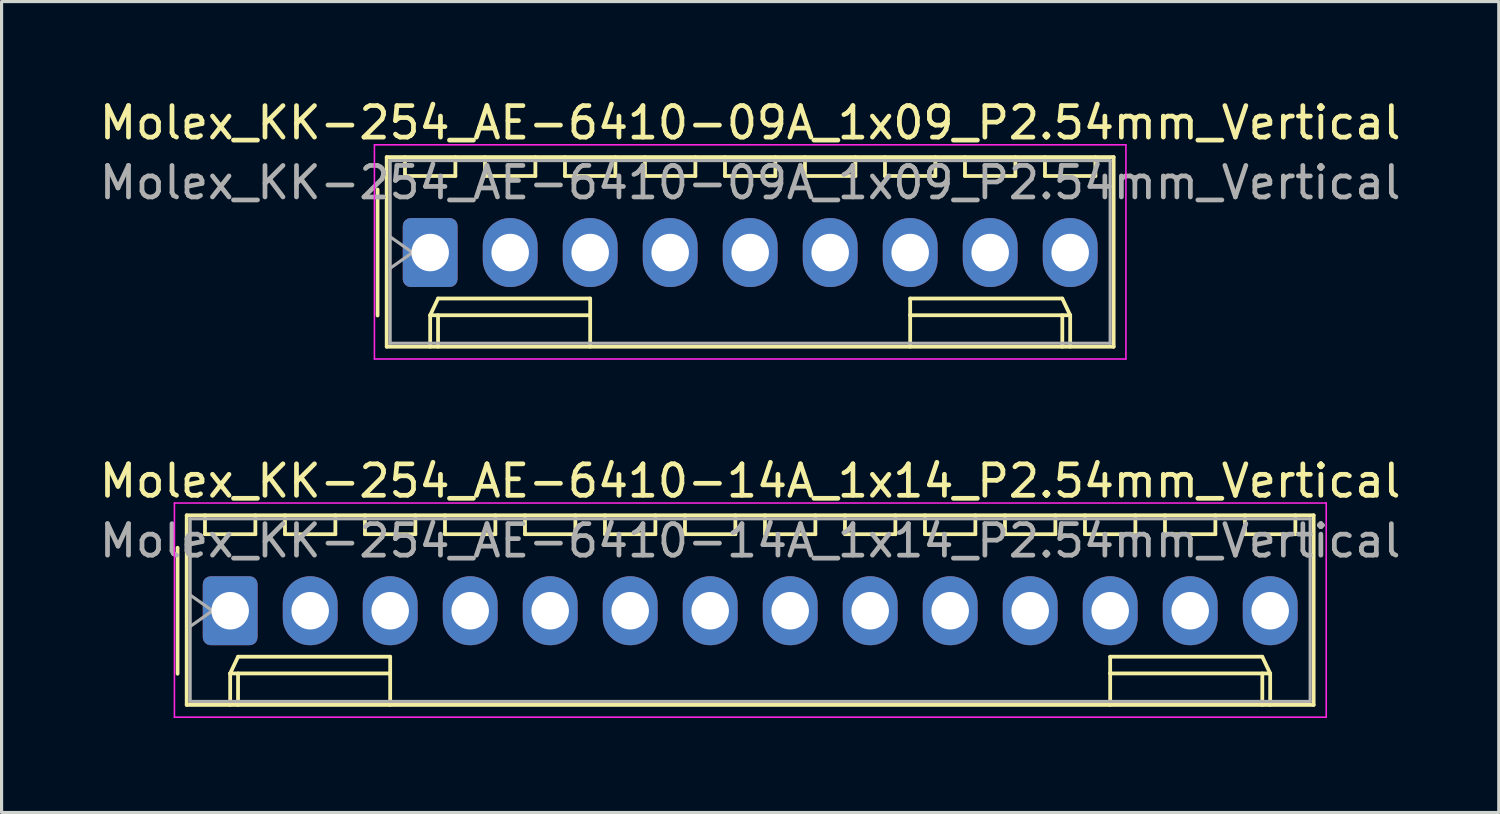
<source format=kicad_pcb>
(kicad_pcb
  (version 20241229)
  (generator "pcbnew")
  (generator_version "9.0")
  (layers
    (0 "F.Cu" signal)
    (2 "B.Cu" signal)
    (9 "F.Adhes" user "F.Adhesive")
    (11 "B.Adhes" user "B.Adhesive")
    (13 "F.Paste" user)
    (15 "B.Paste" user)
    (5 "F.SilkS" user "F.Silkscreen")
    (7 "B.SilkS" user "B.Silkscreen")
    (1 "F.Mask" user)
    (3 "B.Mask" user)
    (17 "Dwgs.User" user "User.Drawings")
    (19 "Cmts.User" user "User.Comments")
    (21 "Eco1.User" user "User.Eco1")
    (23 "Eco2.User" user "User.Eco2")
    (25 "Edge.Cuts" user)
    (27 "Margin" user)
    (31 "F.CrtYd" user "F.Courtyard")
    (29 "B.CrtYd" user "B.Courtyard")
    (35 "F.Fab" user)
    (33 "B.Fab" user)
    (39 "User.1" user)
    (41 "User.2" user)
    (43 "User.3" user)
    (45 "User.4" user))
  (footprint "Molex_KK-254_AE-6410-09A_1x09_P2.54mm_Vertical"
    (layer "F.Cu")
    (at 10.608 4.968)
    (property "Reference" "Molex_KK-254_AE-6410-09A_1x09_P2.54mm_Vertical" (at 10.16 -4.12 0) (layer "F.SilkS") (effects (font (size 1 1) (thickness 0.15))))
    (attr through_hole)
    (fp_line (start -1.67 -2) (end -1.67 2) (stroke (width 0.12) (type solid)) (layer "F.SilkS"))
    (fp_line (start -1.38 -3.03) (end -1.38 2.99) (stroke (width 0.12) (type solid)) (layer "F.SilkS"))
    (fp_line (start -1.38 2.99) (end 21.7 2.99) (stroke (width 0.12) (type solid)) (layer "F.SilkS"))
    (fp_line (start -0.8 -3.03) (end -0.8 -2.43) (stroke (width 0.12) (type solid)) (layer "F.SilkS"))
    (fp_line (start -0.8 -2.43) (end 0.8 -2.43) (stroke (width 0.12) (type solid)) (layer "F.SilkS"))
    (fp_line (start 0 1.99) (end 0.25 1.46) (stroke (width 0.12) (type solid)) (layer "F.SilkS"))
    (fp_line (start 0 1.99) (end 5.08 1.99) (stroke (width 0.12) (type solid)) (layer "F.SilkS"))
    (fp_line (start 0 2.99) (end 0 1.99) (stroke (width 0.12) (type solid)) (layer "F.SilkS"))
    (fp_line (start 0.25 1.46) (end 5.08 1.46) (stroke (width 0.12) (type solid)) (layer "F.SilkS"))
    (fp_line (start 0.25 2.99) (end 0.25 1.99) (stroke (width 0.12) (type solid)) (layer "F.SilkS"))
    (fp_line (start 0.8 -2.43) (end 0.8 -3.03) (stroke (width 0.12) (type solid)) (layer "F.SilkS"))
    (fp_line (start 1.74 -3.03) (end 1.74 -2.43) (stroke (width 0.12) (type solid)) (layer "F.SilkS"))
    (fp_line (start 1.74 -2.43) (end 3.34 -2.43) (stroke (width 0.12) (type solid)) (layer "F.SilkS"))
    (fp_line (start 3.34 -2.43) (end 3.34 -3.03) (stroke (width 0.12) (type solid)) (layer "F.SilkS"))
    (fp_line (start 4.28 -3.03) (end 4.28 -2.43) (stroke (width 0.12) (type solid)) (layer "F.SilkS"))
    (fp_line (start 4.28 -2.43) (end 5.88 -2.43) (stroke (width 0.12) (type solid)) (layer "F.SilkS"))
    (fp_line (start 5.08 1.46) (end 5.08 1.99) (stroke (width 0.12) (type solid)) (layer "F.SilkS"))
    (fp_line (start 5.08 1.99) (end 5.08 2.99) (stroke (width 0.12) (type solid)) (layer "F.SilkS"))
    (fp_line (start 5.88 -2.43) (end 5.88 -3.03) (stroke (width 0.12) (type solid)) (layer "F.SilkS"))
    (fp_line (start 6.82 -3.03) (end 6.82 -2.43) (stroke (width 0.12) (type solid)) (layer "F.SilkS"))
    (fp_line (start 6.82 -2.43) (end 8.42 -2.43) (stroke (width 0.12) (type solid)) (layer "F.SilkS"))
    (fp_line (start 8.42 -2.43) (end 8.42 -3.03) (stroke (width 0.12) (type solid)) (layer "F.SilkS"))
    (fp_line (start 9.36 -3.03) (end 9.36 -2.43) (stroke (width 0.12) (type solid)) (layer "F.SilkS"))
    (fp_line (start 9.36 -2.43) (end 10.96 -2.43) (stroke (width 0.12) (type solid)) (layer "F.SilkS"))
    (fp_line (start 10.96 -2.43) (end 10.96 -3.03) (stroke (width 0.12) (type solid)) (layer "F.SilkS"))
    (fp_line (start 11.9 -3.03) (end 11.9 -2.43) (stroke (width 0.12) (type solid)) (layer "F.SilkS"))
    (fp_line (start 11.9 -2.43) (end 13.5 -2.43) (stroke (width 0.12) (type solid)) (layer "F.SilkS"))
    (fp_line (start 13.5 -2.43) (end 13.5 -3.03) (stroke (width 0.12) (type solid)) (layer "F.SilkS"))
    (fp_line (start 14.44 -3.03) (end 14.44 -2.43) (stroke (width 0.12) (type solid)) (layer "F.SilkS"))
    (fp_line (start 14.44 -2.43) (end 16.04 -2.43) (stroke (width 0.12) (type solid)) (layer "F.SilkS"))
    (fp_line (start 15.24 1.46) (end 15.24 1.99) (stroke (width 0.12) (type solid)) (layer "F.SilkS"))
    (fp_line (start 15.24 1.99) (end 15.24 2.99) (stroke (width 0.12) (type solid)) (layer "F.SilkS"))
    (fp_line (start 16.04 -2.43) (end 16.04 -3.03) (stroke (width 0.12) (type solid)) (layer "F.SilkS"))
    (fp_line (start 16.98 -3.03) (end 16.98 -2.43) (stroke (width 0.12) (type solid)) (layer "F.SilkS"))
    (fp_line (start 16.98 -2.43) (end 18.58 -2.43) (stroke (width 0.12) (type solid)) (layer "F.SilkS"))
    (fp_line (start 18.58 -2.43) (end 18.58 -3.03) (stroke (width 0.12) (type solid)) (layer "F.SilkS"))
    (fp_line (start 19.52 -3.03) (end 19.52 -2.43) (stroke (width 0.12) (type solid)) (layer "F.SilkS"))
    (fp_line (start 19.52 -2.43) (end 21.12 -2.43) (stroke (width 0.12) (type solid)) (layer "F.SilkS"))
    (fp_line (start 20.07 1.46) (end 15.24 1.46) (stroke (width 0.12) (type solid)) (layer "F.SilkS"))
    (fp_line (start 20.07 2.99) (end 20.07 1.99) (stroke (width 0.12) (type solid)) (layer "F.SilkS"))
    (fp_line (start 20.32 1.99) (end 15.24 1.99) (stroke (width 0.12) (type solid)) (layer "F.SilkS"))
    (fp_line (start 20.32 1.99) (end 20.07 1.46) (stroke (width 0.12) (type solid)) (layer "F.SilkS"))
    (fp_line (start 20.32 2.99) (end 20.32 1.99) (stroke (width 0.12) (type solid)) (layer "F.SilkS"))
    (fp_line (start 21.12 -2.43) (end 21.12 -3.03) (stroke (width 0.12) (type solid)) (layer "F.SilkS"))
    (fp_line (start 21.7 -3.03) (end -1.38 -3.03) (stroke (width 0.12) (type solid)) (layer "F.SilkS"))
    (fp_line (start 21.7 2.99) (end 21.7 -3.03) (stroke (width 0.12) (type solid)) (layer "F.SilkS"))
    (fp_line (start -1.77 -3.42) (end -1.77 3.38) (stroke (width 0.05) (type solid)) (layer "F.CrtYd"))
    (fp_line (start -1.77 3.38) (end 22.09 3.38) (stroke (width 0.05) (type solid)) (layer "F.CrtYd"))
    (fp_line (start 22.09 -3.42) (end -1.77 -3.42) (stroke (width 0.05) (type solid)) (layer "F.CrtYd"))
    (fp_line (start 22.09 3.38) (end 22.09 -3.42) (stroke (width 0.05) (type solid)) (layer "F.CrtYd"))
    (fp_line (start -1.27 -2.92) (end -1.27 2.88) (stroke (width 0.1) (type solid)) (layer "F.Fab"))
    (fp_line (start -1.27 -0.5) (end -0.563 0) (stroke (width 0.1) (type solid)) (layer "F.Fab"))
    (fp_line (start -1.27 2.88) (end 21.59 2.88) (stroke (width 0.1) (type solid)) (layer "F.Fab"))
    (fp_line (start -0.563 0) (end -1.27 0.5) (stroke (width 0.1) (type solid)) (layer "F.Fab"))
    (fp_line (start 21.59 -2.92) (end -1.27 -2.92) (stroke (width 0.1) (type solid)) (layer "F.Fab"))
    (fp_line (start 21.59 2.88) (end 21.59 -2.92) (stroke (width 0.1) (type solid)) (layer "F.Fab"))
    (fp_text user "${REFERENCE}" (at 10.16 -2.22 0) (layer "F.Fab") (effects (font (size 1 1) (thickness 0.15))))
    (pad "1" thru_hole roundrect (at 0 0) (size 1.74 2.19) (drill 1.19) (layers "*.Cu" "*.Mask") (roundrect_rratio 0.144))
    (pad "2" thru_hole oval (at 2.54 0) (size 1.74 2.19) (drill 1.19) (layers "*.Cu" "*.Mask"))
    (pad "3" thru_hole oval (at 5.08 0) (size 1.74 2.19) (drill 1.19) (layers "*.Cu" "*.Mask"))
    (pad "4" thru_hole oval (at 7.62 0) (size 1.74 2.19) (drill 1.19) (layers "*.Cu" "*.Mask"))
    (pad "5" thru_hole oval (at 10.16 0) (size 1.74 2.19) (drill 1.19) (layers "*.Cu" "*.Mask"))
    (pad "6" thru_hole oval (at 12.7 0) (size 1.74 2.19) (drill 1.19) (layers "*.Cu" "*.Mask"))
    (pad "7" thru_hole oval (at 15.24 0) (size 1.74 2.19) (drill 1.19) (layers "*.Cu" "*.Mask"))
    (pad "8" thru_hole oval (at 17.78 0) (size 1.74 2.19) (drill 1.19) (layers "*.Cu" "*.Mask"))
    (pad "9" thru_hole oval (at 20.32 0) (size 1.74 2.19) (drill 1.19) (layers "*.Cu" "*.Mask")))
  (footprint "Molex_KK-254_AE-6410-14A_1x14_P2.54mm_Vertical"
    (layer "F.Cu")
    (at 4.258 16.341)
    (property "Reference" "Molex_KK-254_AE-6410-14A_1x14_P2.54mm_Vertical" (at 16.51 -4.12 0) (layer "F.SilkS") (effects (font (size 1 1) (thickness 0.15))))
    (attr through_hole)
    (fp_line (start -1.67 -2) (end -1.67 2) (stroke (width 0.12) (type solid)) (layer "F.SilkS"))
    (fp_line (start -1.38 -3.03) (end -1.38 2.99) (stroke (width 0.12) (type solid)) (layer "F.SilkS"))
    (fp_line (start -1.38 2.99) (end 34.4 2.99) (stroke (width 0.12) (type solid)) (layer "F.SilkS"))
    (fp_line (start -0.8 -3.03) (end -0.8 -2.43) (stroke (width 0.12) (type solid)) (layer "F.SilkS"))
    (fp_line (start -0.8 -2.43) (end 0.8 -2.43) (stroke (width 0.12) (type solid)) (layer "F.SilkS"))
    (fp_line (start 0 1.99) (end 0.25 1.46) (stroke (width 0.12) (type solid)) (layer "F.SilkS"))
    (fp_line (start 0 1.99) (end 5.08 1.99) (stroke (width 0.12) (type solid)) (layer "F.SilkS"))
    (fp_line (start 0 2.99) (end 0 1.99) (stroke (width 0.12) (type solid)) (layer "F.SilkS"))
    (fp_line (start 0.25 1.46) (end 5.08 1.46) (stroke (width 0.12) (type solid)) (layer "F.SilkS"))
    (fp_line (start 0.25 2.99) (end 0.25 1.99) (stroke (width 0.12) (type solid)) (layer "F.SilkS"))
    (fp_line (start 0.8 -2.43) (end 0.8 -3.03) (stroke (width 0.12) (type solid)) (layer "F.SilkS"))
    (fp_line (start 1.74 -3.03) (end 1.74 -2.43) (stroke (width 0.12) (type solid)) (layer "F.SilkS"))
    (fp_line (start 1.74 -2.43) (end 3.34 -2.43) (stroke (width 0.12) (type solid)) (layer "F.SilkS"))
    (fp_line (start 3.34 -2.43) (end 3.34 -3.03) (stroke (width 0.12) (type solid)) (layer "F.SilkS"))
    (fp_line (start 4.28 -3.03) (end 4.28 -2.43) (stroke (width 0.12) (type solid)) (layer "F.SilkS"))
    (fp_line (start 4.28 -2.43) (end 5.88 -2.43) (stroke (width 0.12) (type solid)) (layer "F.SilkS"))
    (fp_line (start 5.08 1.46) (end 5.08 1.99) (stroke (width 0.12) (type solid)) (layer "F.SilkS"))
    (fp_line (start 5.08 1.99) (end 5.08 2.99) (stroke (width 0.12) (type solid)) (layer "F.SilkS"))
    (fp_line (start 5.88 -2.43) (end 5.88 -3.03) (stroke (width 0.12) (type solid)) (layer "F.SilkS"))
    (fp_line (start 6.82 -3.03) (end 6.82 -2.43) (stroke (width 0.12) (type solid)) (layer "F.SilkS"))
    (fp_line (start 6.82 -2.43) (end 8.42 -2.43) (stroke (width 0.12) (type solid)) (layer "F.SilkS"))
    (fp_line (start 8.42 -2.43) (end 8.42 -3.03) (stroke (width 0.12) (type solid)) (layer "F.SilkS"))
    (fp_line (start 9.36 -3.03) (end 9.36 -2.43) (stroke (width 0.12) (type solid)) (layer "F.SilkS"))
    (fp_line (start 9.36 -2.43) (end 10.96 -2.43) (stroke (width 0.12) (type solid)) (layer "F.SilkS"))
    (fp_line (start 10.96 -2.43) (end 10.96 -3.03) (stroke (width 0.12) (type solid)) (layer "F.SilkS"))
    (fp_line (start 11.9 -3.03) (end 11.9 -2.43) (stroke (width 0.12) (type solid)) (layer "F.SilkS"))
    (fp_line (start 11.9 -2.43) (end 13.5 -2.43) (stroke (width 0.12) (type solid)) (layer "F.SilkS"))
    (fp_line (start 13.5 -2.43) (end 13.5 -3.03) (stroke (width 0.12) (type solid)) (layer "F.SilkS"))
    (fp_line (start 14.44 -3.03) (end 14.44 -2.43) (stroke (width 0.12) (type solid)) (layer "F.SilkS"))
    (fp_line (start 14.44 -2.43) (end 16.04 -2.43) (stroke (width 0.12) (type solid)) (layer "F.SilkS"))
    (fp_line (start 16.04 -2.43) (end 16.04 -3.03) (stroke (width 0.12) (type solid)) (layer "F.SilkS"))
    (fp_line (start 16.98 -3.03) (end 16.98 -2.43) (stroke (width 0.12) (type solid)) (layer "F.SilkS"))
    (fp_line (start 16.98 -2.43) (end 18.58 -2.43) (stroke (width 0.12) (type solid)) (layer "F.SilkS"))
    (fp_line (start 18.58 -2.43) (end 18.58 -3.03) (stroke (width 0.12) (type solid)) (layer "F.SilkS"))
    (fp_line (start 19.52 -3.03) (end 19.52 -2.43) (stroke (width 0.12) (type solid)) (layer "F.SilkS"))
    (fp_line (start 19.52 -2.43) (end 21.12 -2.43) (stroke (width 0.12) (type solid)) (layer "F.SilkS"))
    (fp_line (start 21.12 -2.43) (end 21.12 -3.03) (stroke (width 0.12) (type solid)) (layer "F.SilkS"))
    (fp_line (start 22.06 -3.03) (end 22.06 -2.43) (stroke (width 0.12) (type solid)) (layer "F.SilkS"))
    (fp_line (start 22.06 -2.43) (end 23.66 -2.43) (stroke (width 0.12) (type solid)) (layer "F.SilkS"))
    (fp_line (start 23.66 -2.43) (end 23.66 -3.03) (stroke (width 0.12) (type solid)) (layer "F.SilkS"))
    (fp_line (start 24.6 -3.03) (end 24.6 -2.43) (stroke (width 0.12) (type solid)) (layer "F.SilkS"))
    (fp_line (start 24.6 -2.43) (end 26.2 -2.43) (stroke (width 0.12) (type solid)) (layer "F.SilkS"))
    (fp_line (start 26.2 -2.43) (end 26.2 -3.03) (stroke (width 0.12) (type solid)) (layer "F.SilkS"))
    (fp_line (start 27.14 -3.03) (end 27.14 -2.43) (stroke (width 0.12) (type solid)) (layer "F.SilkS"))
    (fp_line (start 27.14 -2.43) (end 28.74 -2.43) (stroke (width 0.12) (type solid)) (layer "F.SilkS"))
    (fp_line (start 27.94 1.46) (end 27.94 1.99) (stroke (width 0.12) (type solid)) (layer "F.SilkS"))
    (fp_line (start 27.94 1.99) (end 27.94 2.99) (stroke (width 0.12) (type solid)) (layer "F.SilkS"))
    (fp_line (start 28.74 -2.43) (end 28.74 -3.03) (stroke (width 0.12) (type solid)) (layer "F.SilkS"))
    (fp_line (start 29.68 -3.03) (end 29.68 -2.43) (stroke (width 0.12) (type solid)) (layer "F.SilkS"))
    (fp_line (start 29.68 -2.43) (end 31.28 -2.43) (stroke (width 0.12) (type solid)) (layer "F.SilkS"))
    (fp_line (start 31.28 -2.43) (end 31.28 -3.03) (stroke (width 0.12) (type solid)) (layer "F.SilkS"))
    (fp_line (start 32.22 -3.03) (end 32.22 -2.43) (stroke (width 0.12) (type solid)) (layer "F.SilkS"))
    (fp_line (start 32.22 -2.43) (end 33.82 -2.43) (stroke (width 0.12) (type solid)) (layer "F.SilkS"))
    (fp_line (start 32.77 1.46) (end 27.94 1.46) (stroke (width 0.12) (type solid)) (layer "F.SilkS"))
    (fp_line (start 32.77 2.99) (end 32.77 1.99) (stroke (width 0.12) (type solid)) (layer "F.SilkS"))
    (fp_line (start 33.02 1.99) (end 27.94 1.99) (stroke (width 0.12) (type solid)) (layer "F.SilkS"))
    (fp_line (start 33.02 1.99) (end 32.77 1.46) (stroke (width 0.12) (type solid)) (layer "F.SilkS"))
    (fp_line (start 33.02 2.99) (end 33.02 1.99) (stroke (width 0.12) (type solid)) (layer "F.SilkS"))
    (fp_line (start 33.82 -2.43) (end 33.82 -3.03) (stroke (width 0.12) (type solid)) (layer "F.SilkS"))
    (fp_line (start 34.4 -3.03) (end -1.38 -3.03) (stroke (width 0.12) (type solid)) (layer "F.SilkS"))
    (fp_line (start 34.4 2.99) (end 34.4 -3.03) (stroke (width 0.12) (type solid)) (layer "F.SilkS"))
    (fp_line (start -1.77 -3.42) (end -1.77 3.38) (stroke (width 0.05) (type solid)) (layer "F.CrtYd"))
    (fp_line (start -1.77 3.38) (end 34.8 3.38) (stroke (width 0.05) (type solid)) (layer "F.CrtYd"))
    (fp_line (start 34.8 -3.42) (end -1.77 -3.42) (stroke (width 0.05) (type solid)) (layer "F.CrtYd"))
    (fp_line (start 34.8 3.38) (end 34.8 -3.42) (stroke (width 0.05) (type solid)) (layer "F.CrtYd"))
    (fp_line (start -1.27 -2.92) (end -1.27 2.88) (stroke (width 0.1) (type solid)) (layer "F.Fab"))
    (fp_line (start -1.27 -0.5) (end -0.563 0) (stroke (width 0.1) (type solid)) (layer "F.Fab"))
    (fp_line (start -1.27 2.88) (end 34.29 2.88) (stroke (width 0.1) (type solid)) (layer "F.Fab"))
    (fp_line (start -0.563 0) (end -1.27 0.5) (stroke (width 0.1) (type solid)) (layer "F.Fab"))
    (fp_line (start 34.29 -2.92) (end -1.27 -2.92) (stroke (width 0.1) (type solid)) (layer "F.Fab"))
    (fp_line (start 34.29 2.88) (end 34.29 -2.92) (stroke (width 0.1) (type solid)) (layer "F.Fab"))
    (fp_text user "${REFERENCE}" (at 16.51 -2.22 0) (layer "F.Fab") (effects (font (size 1 1) (thickness 0.15))))
    (pad "1" thru_hole roundrect (at 0 0) (size 1.74 2.19) (drill 1.19) (layers "*.Cu" "*.Mask") (roundrect_rratio 0.144))
    (pad "2" thru_hole oval (at 2.54 0) (size 1.74 2.19) (drill 1.19) (layers "*.Cu" "*.Mask"))
    (pad "3" thru_hole oval (at 5.08 0) (size 1.74 2.19) (drill 1.19) (layers "*.Cu" "*.Mask"))
    (pad "4" thru_hole oval (at 7.62 0) (size 1.74 2.19) (drill 1.19) (layers "*.Cu" "*.Mask"))
    (pad "5" thru_hole oval (at 10.16 0) (size 1.74 2.19) (drill 1.19) (layers "*.Cu" "*.Mask"))
    (pad "6" thru_hole oval (at 12.7 0) (size 1.74 2.19) (drill 1.19) (layers "*.Cu" "*.Mask"))
    (pad "7" thru_hole oval (at 15.24 0) (size 1.74 2.19) (drill 1.19) (layers "*.Cu" "*.Mask"))
    (pad "8" thru_hole oval (at 17.78 0) (size 1.74 2.19) (drill 1.19) (layers "*.Cu" "*.Mask"))
    (pad "9" thru_hole oval (at 20.32 0) (size 1.74 2.19) (drill 1.19) (layers "*.Cu" "*.Mask"))
    (pad "10" thru_hole oval (at 22.86 0) (size 1.74 2.19) (drill 1.19) (layers "*.Cu" "*.Mask"))
    (pad "11" thru_hole oval (at 25.4 0) (size 1.74 2.19) (drill 1.19) (layers "*.Cu" "*.Mask"))
    (pad "12" thru_hole oval (at 27.94 0) (size 1.74 2.19) (drill 1.19) (layers "*.Cu" "*.Mask"))
    (pad "13" thru_hole oval (at 30.48 0) (size 1.74 2.19) (drill 1.19) (layers "*.Cu" "*.Mask"))
    (pad "14" thru_hole oval (at 33.02 0) (size 1.74 2.19) (drill 1.19) (layers "*.Cu" "*.Mask")))
  (gr_rect
    (start -3 -3)
    (end 44.536 22.747)
    (stroke (width 0.1) (type default))
    (fill no)
    (layer "Edge.Cuts")))
</source>
